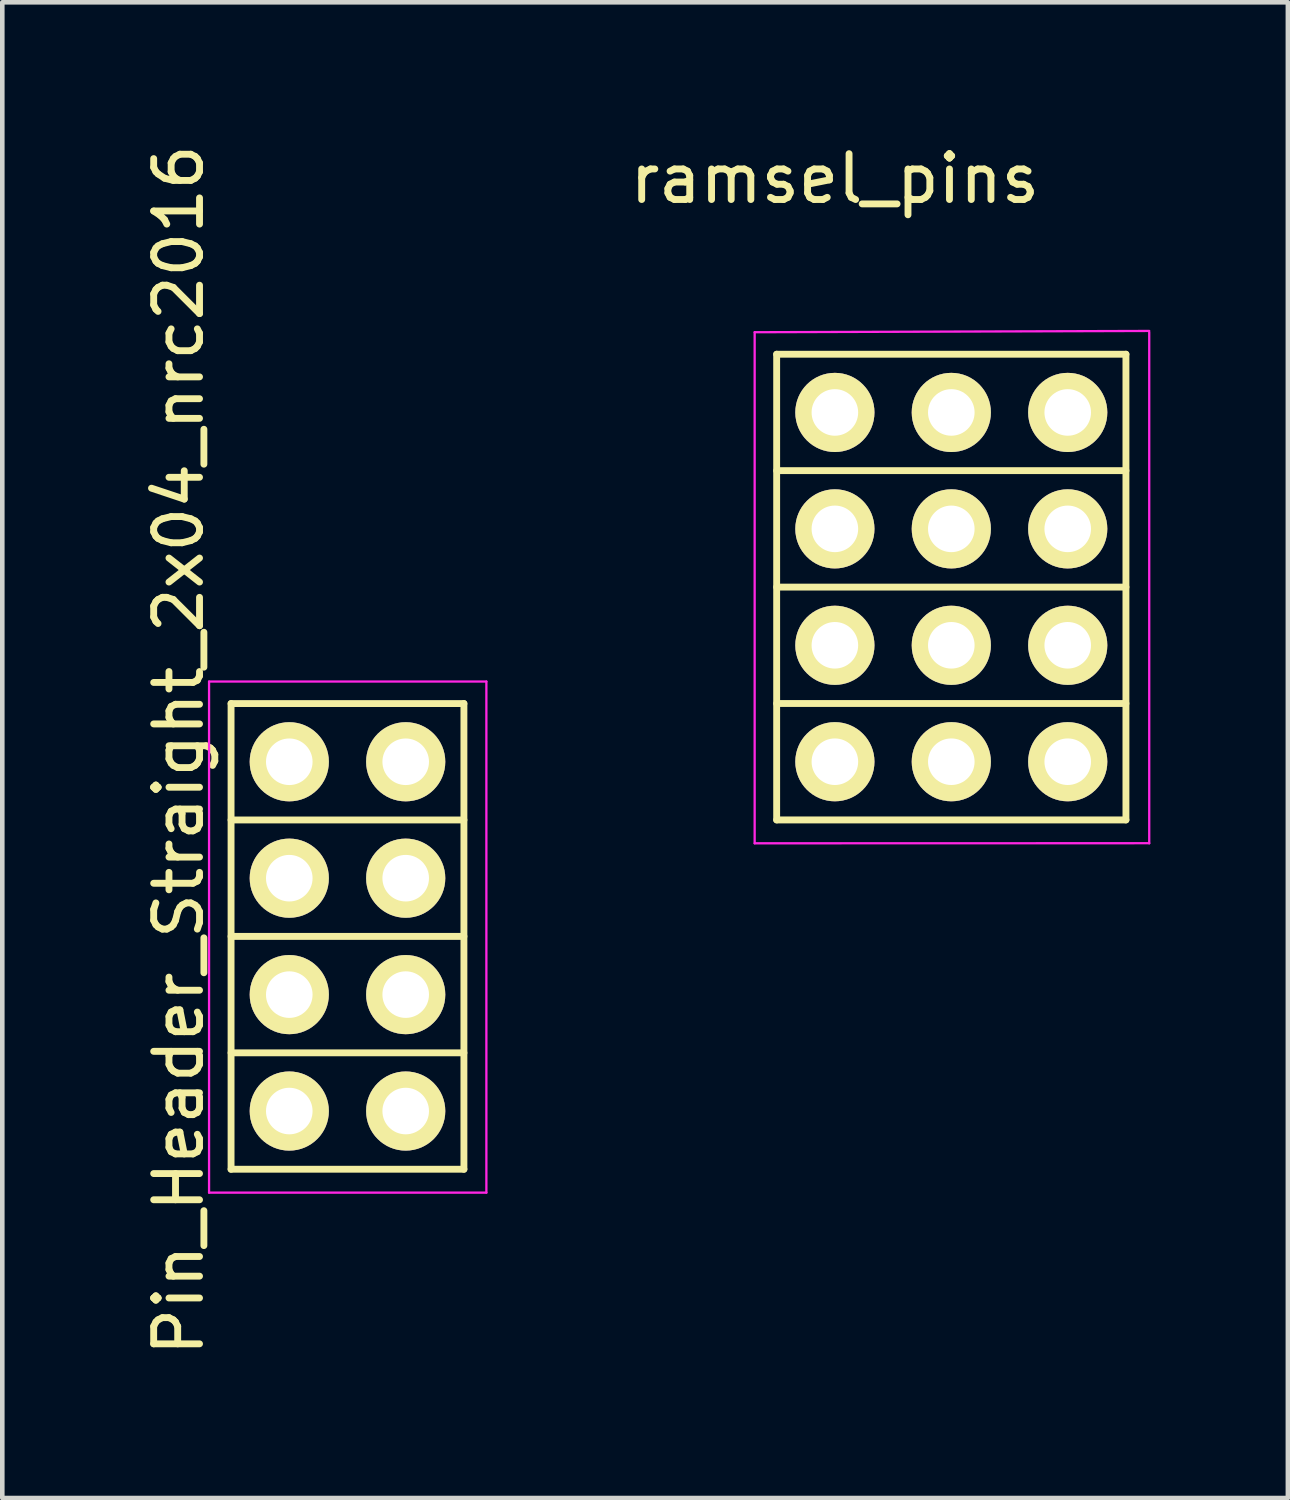
<source format=kicad_pcb>
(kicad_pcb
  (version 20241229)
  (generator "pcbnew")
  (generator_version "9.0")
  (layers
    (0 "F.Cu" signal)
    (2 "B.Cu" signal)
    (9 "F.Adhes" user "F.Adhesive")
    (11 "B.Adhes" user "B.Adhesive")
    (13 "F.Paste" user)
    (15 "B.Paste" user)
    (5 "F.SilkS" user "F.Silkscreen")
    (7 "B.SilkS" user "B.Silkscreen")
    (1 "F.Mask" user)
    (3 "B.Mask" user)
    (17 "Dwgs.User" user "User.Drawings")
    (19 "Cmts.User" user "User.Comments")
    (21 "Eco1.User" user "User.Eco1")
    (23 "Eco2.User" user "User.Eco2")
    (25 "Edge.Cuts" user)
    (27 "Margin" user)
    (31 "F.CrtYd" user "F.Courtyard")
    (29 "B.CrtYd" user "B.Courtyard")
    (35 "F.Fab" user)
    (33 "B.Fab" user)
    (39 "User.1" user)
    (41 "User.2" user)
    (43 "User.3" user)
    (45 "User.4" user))
  (footprint "ramsel_pins"
    (layer "F.Cu")
    (at 15.164 5.948)
    (property "Reference" "ramsel_pins" (at 0 -5.1 0) (layer "F.SilkS") (effects (font (size 1 1) (thickness 0.15))))
    (attr through_hole)
    (fp_line (start -1.27 -1.27) (end -1.27 8.89) (stroke (width 0.15) (type solid)) (layer "F.SilkS"))
    (fp_line (start -1.27 1.27) (end 6.35 1.27) (stroke (width 0.15) (type solid)) (layer "F.SilkS"))
    (fp_line (start -1.27 3.81) (end 6.35 3.81) (stroke (width 0.15) (type solid)) (layer "F.SilkS"))
    (fp_line (start -1.27 6.35) (end 6.35 6.35) (stroke (width 0.15) (type solid)) (layer "F.SilkS"))
    (fp_line (start -1.27 8.89) (end 6.35 8.89) (stroke (width 0.15) (type solid)) (layer "F.SilkS"))
    (fp_line (start 6.35 -1.27) (end -1.27 -1.27) (stroke (width 0.15) (type solid)) (layer "F.SilkS"))
    (fp_line (start 6.35 8.89) (end 6.35 -1.27) (stroke (width 0.15) (type solid)) (layer "F.SilkS"))
    (fp_line (start -1.75 -1.75) (end -1.75 9.4) (stroke (width 0.05) (type solid)) (layer "F.CrtYd"))
    (fp_line (start -1.75 -1.75) (end 6.858 -1.778) (stroke (width 0.05) (type solid)) (layer "F.CrtYd"))
    (fp_line (start -1.75 9.4) (end 6.858 9.398) (stroke (width 0.05) (type solid)) (layer "F.CrtYd"))
    (fp_line (start 6.858 -1.75) (end 6.858 9.4) (stroke (width 0.05) (type solid)) (layer "F.CrtYd"))
    (pad "1" thru_hole oval (at 0 0) (size 1.727 1.727) (drill 1.016) (layers "*.Cu" "*.Mask" "F.SilkS"))
    (pad "2" thru_hole oval (at 0 2.54) (size 1.727 1.727) (drill 1.016) (layers "*.Cu" "*.Mask" "F.SilkS"))
    (pad "3" thru_hole oval (at 0 5.08) (size 1.727 1.727) (drill 1.016) (layers "*.Cu" "*.Mask" "F.SilkS"))
    (pad "4" thru_hole oval (at 0 7.62) (size 1.727 1.727) (drill 1.016) (layers "*.Cu" "*.Mask" "F.SilkS"))
    (pad "5" thru_hole oval (at 2.54 0) (size 1.727 1.727) (drill 1.016) (layers "*.Cu" "*.Mask" "F.SilkS"))
    (pad "6" thru_hole oval (at 2.54 2.54) (size 1.727 1.727) (drill 1.016) (layers "*.Cu" "*.Mask" "F.SilkS"))
    (pad "7" thru_hole oval (at 2.54 5.08) (size 1.727 1.727) (drill 1.016) (layers "*.Cu" "*.Mask" "F.SilkS"))
    (pad "8" thru_hole oval (at 2.54 7.62) (size 1.727 1.727) (drill 1.016) (layers "*.Cu" "*.Mask" "F.SilkS"))
    (pad "9" thru_hole circle (at 5.08 0) (size 1.727 1.727) (drill 1.016) (layers "*.Cu" "*.Mask" "F.SilkS"))
    (pad "10" thru_hole circle (at 5.08 2.54) (size 1.727 1.727) (drill 1.016) (layers "*.Cu" "*.Mask" "F.SilkS"))
    (pad "11" thru_hole circle (at 5.08 5.08) (size 1.727 1.727) (drill 1.016) (layers "*.Cu" "*.Mask" "F.SilkS"))
    (pad "12" thru_hole circle (at 5.08 7.62) (size 1.727 1.727) (drill 1.016) (layers "*.Cu" "*.Mask" "F.SilkS")))
  (footprint "Pin_Header_Straight_2x04_nrc2016"
    (layer "F.Cu")
    (at 3.261 13.569)
    (property "Reference" "Pin_Header_Straight_2x04_nrc2016" (at -2.413 -0.254 90) (layer "F.SilkS") (effects (font (size 1 1) (thickness 0.15))))
    (attr through_hole)
    (fp_line (start -1.27 -1.27) (end -1.27 8.89) (stroke (width 0.15) (type solid)) (layer "F.SilkS"))
    (fp_line (start -1.27 8.89) (end 3.81 8.89) (stroke (width 0.15) (type solid)) (layer "F.SilkS"))
    (fp_line (start 3.81 -1.27) (end -1.27 -1.27) (stroke (width 0.15) (type solid)) (layer "F.SilkS"))
    (fp_line (start 3.81 1.27) (end -1.27 1.27) (stroke (width 0.15) (type solid)) (layer "F.SilkS"))
    (fp_line (start 3.81 3.81) (end -1.27 3.81) (stroke (width 0.15) (type solid)) (layer "F.SilkS"))
    (fp_line (start 3.81 6.35) (end -1.27 6.35) (stroke (width 0.15) (type solid)) (layer "F.SilkS"))
    (fp_line (start 3.81 8.89) (end 3.81 -1.27) (stroke (width 0.15) (type solid)) (layer "F.SilkS"))
    (fp_line (start -1.75 -1.75) (end -1.75 9.4) (stroke (width 0.05) (type solid)) (layer "F.CrtYd"))
    (fp_line (start -1.75 -1.75) (end 4.3 -1.75) (stroke (width 0.05) (type solid)) (layer "F.CrtYd"))
    (fp_line (start -1.75 9.4) (end 4.3 9.4) (stroke (width 0.05) (type solid)) (layer "F.CrtYd"))
    (fp_line (start 4.3 -1.75) (end 4.3 9.4) (stroke (width 0.05) (type solid)) (layer "F.CrtYd"))
    (pad "1" thru_hole oval (at 0 0) (size 1.727 1.727) (drill 1.016) (layers "*.Cu" "*.Mask" "F.SilkS"))
    (pad "2" thru_hole oval (at 2.54 0) (size 1.727 1.727) (drill 1.016) (layers "*.Cu" "*.Mask" "F.SilkS"))
    (pad "3" thru_hole oval (at 0 2.54) (size 1.727 1.727) (drill 1.016) (layers "*.Cu" "*.Mask" "F.SilkS"))
    (pad "4" thru_hole oval (at 2.54 2.54) (size 1.727 1.727) (drill 1.016) (layers "*.Cu" "*.Mask" "F.SilkS"))
    (pad "5" thru_hole oval (at 0 5.08) (size 1.727 1.727) (drill 1.016) (layers "*.Cu" "*.Mask" "F.SilkS"))
    (pad "6" thru_hole oval (at 2.54 5.08) (size 1.727 1.727) (drill 1.016) (layers "*.Cu" "*.Mask" "F.SilkS"))
    (pad "7" thru_hole oval (at 0 7.62) (size 1.727 1.727) (drill 1.016) (layers "*.Cu" "*.Mask" "F.SilkS"))
    (pad "8" thru_hole oval (at 2.54 7.62) (size 1.727 1.727) (drill 1.016) (layers "*.Cu" "*.Mask" "F.SilkS")))
  (gr_rect
    (start -3 -3)
    (end 25.047 29.631)
    (stroke (width 0.1) (type default))
    (fill no)
    (layer "Edge.Cuts")))
</source>
